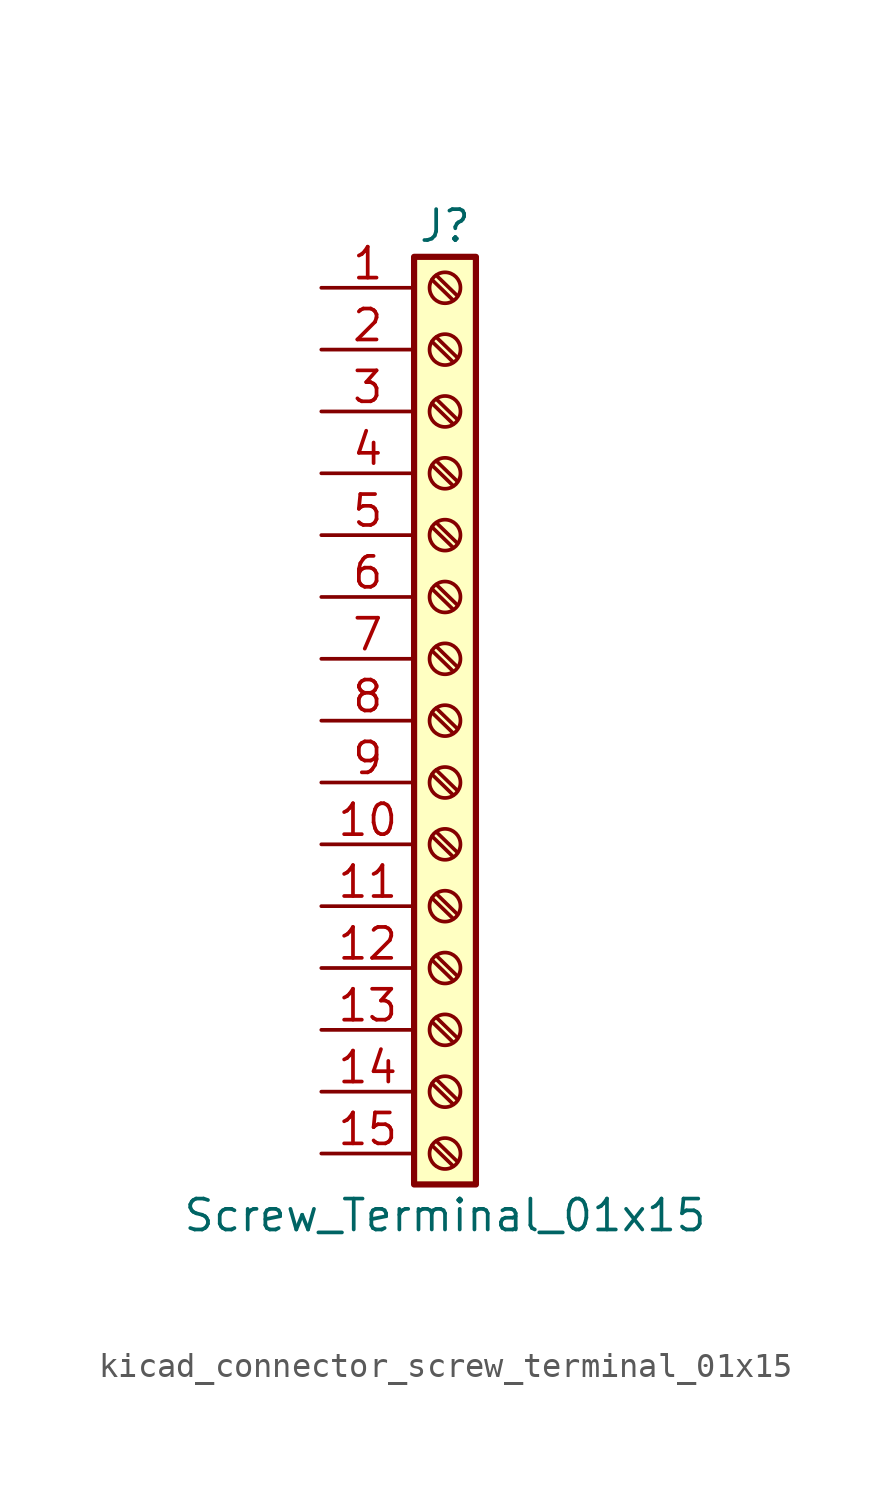
<source format=kicad_sym>
(kicad_symbol_lib
  (version 20220914)
  (generator kicad_symbol_editor)
  (symbol "kicad_connector_screw_terminal_01x15"
    (pin_names
      (offset 1.016) hide)
    (property "Reference" "J"
      (at 0 20.32 0)
      (effects (font (size 1.27 1.27))))
    (property "Value" "Screw_Terminal_01x15"
      (at 0 -20.32 0)
      (effects (font (size 1.27 1.27))))
    (symbol "kicad_connector_screw_terminal_01x15_1_1"
      (rectangle (start -1.27 19.05) (end 1.27 -19.05) (stroke (width 0.254) (type default)) (fill (type background)))
      (circle (center 0 -17.78) (radius 0.635) (stroke (width 0.152) (type default)) (fill (type none)))
      (circle (center 0 -15.24) (radius 0.635) (stroke (width 0.152) (type default)) (fill (type none)))
      (circle (center 0 -12.7) (radius 0.635) (stroke (width 0.152) (type default)) (fill (type none)))
      (circle (center 0 -10.16) (radius 0.635) (stroke (width 0.152) (type default)) (fill (type none)))
      (circle (center 0 -7.62) (radius 0.635) (stroke (width 0.152) (type default)) (fill (type none)))
      (circle (center 0 -5.08) (radius 0.635) (stroke (width 0.152) (type default)) (fill (type none)))
      (circle (center 0 -2.54) (radius 0.635) (stroke (width 0.152) (type default)) (fill (type none)))
      (polyline (pts (xy -0.533 -17.45) (xy 0.33 -18.288)) (stroke (width 0.152) (type default)) (fill (type none)))
      (polyline (pts (xy -0.533 -14.91) (xy 0.33 -15.748)) (stroke (width 0.152) (type default)) (fill (type none)))
      (polyline (pts (xy -0.533 -12.37) (xy 0.33 -13.208)) (stroke (width 0.152) (type default)) (fill (type none)))
      (polyline (pts (xy -0.533 -9.83) (xy 0.33 -10.668)) (stroke (width 0.152) (type default)) (fill (type none)))
      (polyline (pts (xy -0.533 -7.29) (xy 0.33 -8.128)) (stroke (width 0.152) (type default)) (fill (type none)))
      (polyline (pts (xy -0.533 -4.75) (xy 0.33 -5.588)) (stroke (width 0.152) (type default)) (fill (type none)))
      (polyline (pts (xy -0.533 -2.21) (xy 0.33 -3.048)) (stroke (width 0.152) (type default)) (fill (type none)))
      (polyline (pts (xy -0.533 0.33) (xy 0.33 -0.508)) (stroke (width 0.152) (type default)) (fill (type none)))
      (polyline (pts (xy -0.533 2.87) (xy 0.33 2.032)) (stroke (width 0.152) (type default)) (fill (type none)))
      (polyline (pts (xy -0.533 5.41) (xy 0.33 4.572)) (stroke (width 0.152) (type default)) (fill (type none)))
      (polyline (pts (xy -0.533 7.95) (xy 0.33 7.112)) (stroke (width 0.152) (type default)) (fill (type none)))
      (polyline (pts (xy -0.533 10.49) (xy 0.33 9.652)) (stroke (width 0.152) (type default)) (fill (type none)))
      (polyline (pts (xy -0.533 13.03) (xy 0.33 12.192)) (stroke (width 0.152) (type default)) (fill (type none)))
      (polyline (pts (xy -0.533 15.57) (xy 0.33 14.732)) (stroke (width 0.152) (type default)) (fill (type none)))
      (polyline (pts (xy -0.533 18.11) (xy 0.33 17.272)) (stroke (width 0.152) (type default)) (fill (type none)))
      (polyline (pts (xy -0.356 -17.272) (xy 0.508 -18.11)) (stroke (width 0.152) (type default)) (fill (type none)))
      (polyline (pts (xy -0.356 -14.732) (xy 0.508 -15.57)) (stroke (width 0.152) (type default)) (fill (type none)))
      (polyline (pts (xy -0.356 -12.192) (xy 0.508 -13.03)) (stroke (width 0.152) (type default)) (fill (type none)))
      (polyline (pts (xy -0.356 -9.652) (xy 0.508 -10.49)) (stroke (width 0.152) (type default)) (fill (type none)))
      (polyline (pts (xy -0.356 -7.112) (xy 0.508 -7.95)) (stroke (width 0.152) (type default)) (fill (type none)))
      (polyline (pts (xy -0.356 -4.572) (xy 0.508 -5.41)) (stroke (width 0.152) (type default)) (fill (type none)))
      (polyline (pts (xy -0.356 -2.032) (xy 0.508 -2.87)) (stroke (width 0.152) (type default)) (fill (type none)))
      (polyline (pts (xy -0.356 0.508) (xy 0.508 -0.33)) (stroke (width 0.152) (type default)) (fill (type none)))
      (polyline (pts (xy -0.356 3.048) (xy 0.508 2.21)) (stroke (width 0.152) (type default)) (fill (type none)))
      (polyline (pts (xy -0.356 5.588) (xy 0.508 4.75)) (stroke (width 0.152) (type default)) (fill (type none)))
      (polyline (pts (xy -0.356 8.128) (xy 0.508 7.29)) (stroke (width 0.152) (type default)) (fill (type none)))
      (polyline (pts (xy -0.356 10.668) (xy 0.508 9.83)) (stroke (width 0.152) (type default)) (fill (type none)))
      (polyline (pts (xy -0.356 13.208) (xy 0.508 12.37)) (stroke (width 0.152) (type default)) (fill (type none)))
      (polyline (pts (xy -0.356 15.748) (xy 0.508 14.91)) (stroke (width 0.152) (type default)) (fill (type none)))
      (polyline (pts (xy -0.356 18.288) (xy 0.508 17.45)) (stroke (width 0.152) (type default)) (fill (type none)))
      (circle (center 0 0) (radius 0.635) (stroke (width 0.152) (type default)) (fill (type none)))
      (circle (center 0 2.54) (radius 0.635) (stroke (width 0.152) (type default)) (fill (type none)))
      (circle (center 0 5.08) (radius 0.635) (stroke (width 0.152) (type default)) (fill (type none)))
      (circle (center 0 7.62) (radius 0.635) (stroke (width 0.152) (type default)) (fill (type none)))
      (circle (center 0 10.16) (radius 0.635) (stroke (width 0.152) (type default)) (fill (type none)))
      (circle (center 0 12.7) (radius 0.635) (stroke (width 0.152) (type default)) (fill (type none)))
      (circle (center 0 15.24) (radius 0.635) (stroke (width 0.152) (type default)) (fill (type none)))
      (circle (center 0 17.78) (radius 0.635) (stroke (width 0.152) (type default)) (fill (type none)))
      (pin passive line (at -5.08 17.78 0) (length 3.81) (name "Pin_1" (effects (font (size 1.27 1.27)))) (number "1" (effects (font (size 1.27 1.27)))))
      (pin passive line (at -5.08 -5.08 0) (length 3.81) (name "Pin_10" (effects (font (size 1.27 1.27)))) (number "10" (effects (font (size 1.27 1.27)))))
      (pin passive line (at -5.08 -7.62 0) (length 3.81) (name "Pin_11" (effects (font (size 1.27 1.27)))) (number "11" (effects (font (size 1.27 1.27)))))
      (pin passive line (at -5.08 -10.16 0) (length 3.81) (name "Pin_12" (effects (font (size 1.27 1.27)))) (number "12" (effects (font (size 1.27 1.27)))))
      (pin passive line (at -5.08 -12.7 0) (length 3.81) (name "Pin_13" (effects (font (size 1.27 1.27)))) (number "13" (effects (font (size 1.27 1.27)))))
      (pin passive line (at -5.08 -15.24 0) (length 3.81) (name "Pin_14" (effects (font (size 1.27 1.27)))) (number "14" (effects (font (size 1.27 1.27)))))
      (pin passive line (at -5.08 -17.78 0) (length 3.81) (name "Pin_15" (effects (font (size 1.27 1.27)))) (number "15" (effects (font (size 1.27 1.27)))))
      (pin passive line (at -5.08 15.24 0) (length 3.81) (name "Pin_2" (effects (font (size 1.27 1.27)))) (number "2" (effects (font (size 1.27 1.27)))))
      (pin passive line (at -5.08 12.7 0) (length 3.81) (name "Pin_3" (effects (font (size 1.27 1.27)))) (number "3" (effects (font (size 1.27 1.27)))))
      (pin passive line (at -5.08 10.16 0) (length 3.81) (name "Pin_4" (effects (font (size 1.27 1.27)))) (number "4" (effects (font (size 1.27 1.27)))))
      (pin passive line (at -5.08 7.62 0) (length 3.81) (name "Pin_5" (effects (font (size 1.27 1.27)))) (number "5" (effects (font (size 1.27 1.27)))))
      (pin passive line (at -5.08 5.08 0) (length 3.81) (name "Pin_6" (effects (font (size 1.27 1.27)))) (number "6" (effects (font (size 1.27 1.27)))))
      (pin passive line (at -5.08 2.54 0) (length 3.81) (name "Pin_7" (effects (font (size 1.27 1.27)))) (number "7" (effects (font (size 1.27 1.27)))))
      (pin passive line (at -5.08 0 0) (length 3.81) (name "Pin_8" (effects (font (size 1.27 1.27)))) (number "8" (effects (font (size 1.27 1.27)))))
      (pin passive line (at -5.08 -2.54 0) (length 3.81) (name "Pin_9" (effects (font (size 1.27 1.27)))) (number "9" (effects (font (size 1.27 1.27))))))))
</source>
